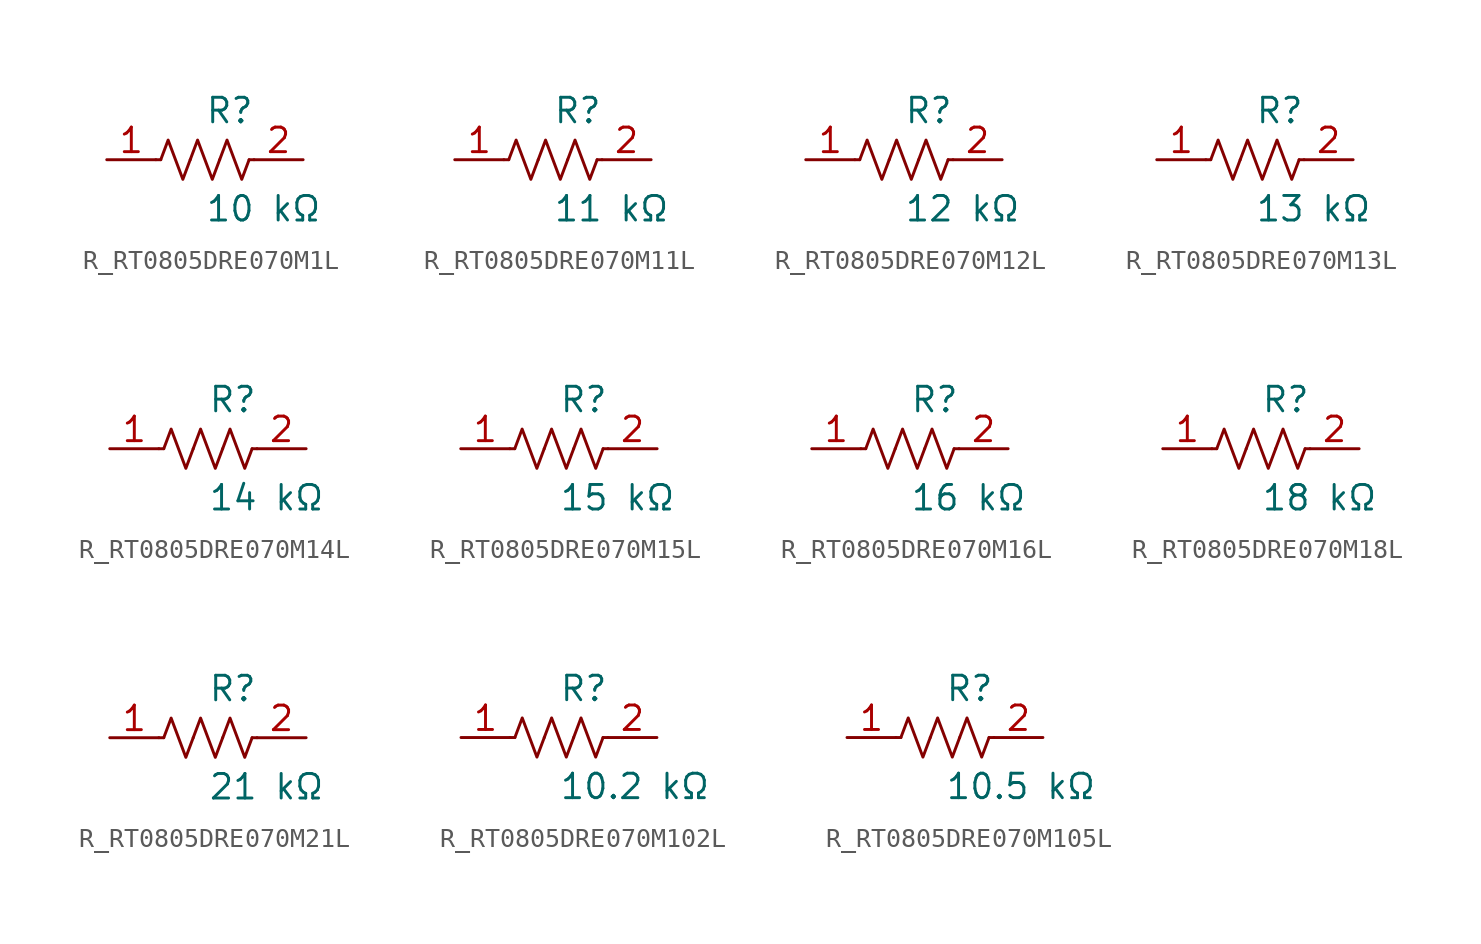
<source format=kicad_sym>
(kicad_symbol_lib
  (version 20231120)
  (generator kicad_symbol_editor)
  (generator_version 8.0)
  (symbol "R_RT0805DRE070M1L"
    (pin_names
      (offset 0.254))
    (property "Reference" "R"
      (at 0.0 2.54 0)
      (effects (font (size 1.27 1.27)) (justify left)))
    (property "Value" "10 kΩ"
      (at 0.0 -2.54 0)
      (effects (font (size 1.27 1.27)) (justify left)))
    (symbol "R_RT0805DRE070M1L_0_1"
      (polyline (pts (xy 2.286 0) (xy 2.54 0)) (stroke (width 0) (type default)) (fill (type none)))
      (polyline (pts (xy -2.286 0) (xy -2.54 0)) (stroke (width 0) (type default)) (fill (type none)))
      (polyline (pts (xy 0.762 0) (xy 1.143 1.016) (xy 1.524 0) (xy 1.905 -1.016) (xy 2.286 0)) (stroke (width 0) (type default)) (fill (type none)))
      (polyline (pts (xy -0.762 0) (xy -0.381 1.016) (xy 0 0) (xy 0.381 -1.016) (xy 0.762 0)) (stroke (width 0) (type default)) (fill (type none)))
      (polyline (pts (xy -2.286 0) (xy -1.905 1.016) (xy -1.524 0) (xy -1.143 -1.016) (xy -0.762 0)) (stroke (width 0) (type default)) (fill (type none))))
    (pin unspecified line
      (at -5.08 0 0)
      (length 2.54)
      (name "" (effects (font (size 1.27 1.27))))
      (number "1" (effects (font (size 1.27 1.27)))))
    (pin unspecified line
      (at 5.08 0 180)
      (length 2.54)
      (name "" (effects (font (size 1.27 1.27))))
      (number "2" (effects (font (size 1.27 1.27))))))
  (symbol "R_RT0805DRE070M11L"
    (pin_names
      (offset 0.254))
    (property "Reference" "R"
      (at 0.0 2.54 0)
      (effects (font (size 1.27 1.27)) (justify left)))
    (property "Value" "11 kΩ"
      (at 0.0 -2.54 0)
      (effects (font (size 1.27 1.27)) (justify left)))
    (symbol "R_RT0805DRE070M11L_0_1"
      (polyline (pts (xy 2.286 0) (xy 2.54 0)) (stroke (width 0) (type default)) (fill (type none)))
      (polyline (pts (xy -2.286 0) (xy -2.54 0)) (stroke (width 0) (type default)) (fill (type none)))
      (polyline (pts (xy 0.762 0) (xy 1.143 1.016) (xy 1.524 0) (xy 1.905 -1.016) (xy 2.286 0)) (stroke (width 0) (type default)) (fill (type none)))
      (polyline (pts (xy -0.762 0) (xy -0.381 1.016) (xy 0 0) (xy 0.381 -1.016) (xy 0.762 0)) (stroke (width 0) (type default)) (fill (type none)))
      (polyline (pts (xy -2.286 0) (xy -1.905 1.016) (xy -1.524 0) (xy -1.143 -1.016) (xy -0.762 0)) (stroke (width 0) (type default)) (fill (type none))))
    (pin unspecified line
      (at -5.08 0 0)
      (length 2.54)
      (name "" (effects (font (size 1.27 1.27))))
      (number "1" (effects (font (size 1.27 1.27)))))
    (pin unspecified line
      (at 5.08 0 180)
      (length 2.54)
      (name "" (effects (font (size 1.27 1.27))))
      (number "2" (effects (font (size 1.27 1.27))))))
  (symbol "R_RT0805DRE070M12L"
    (pin_names
      (offset 0.254))
    (property "Reference" "R"
      (at 0.0 2.54 0)
      (effects (font (size 1.27 1.27)) (justify left)))
    (property "Value" "12 kΩ"
      (at 0.0 -2.54 0)
      (effects (font (size 1.27 1.27)) (justify left)))
    (symbol "R_RT0805DRE070M12L_0_1"
      (polyline (pts (xy 2.286 0) (xy 2.54 0)) (stroke (width 0) (type default)) (fill (type none)))
      (polyline (pts (xy -2.286 0) (xy -2.54 0)) (stroke (width 0) (type default)) (fill (type none)))
      (polyline (pts (xy 0.762 0) (xy 1.143 1.016) (xy 1.524 0) (xy 1.905 -1.016) (xy 2.286 0)) (stroke (width 0) (type default)) (fill (type none)))
      (polyline (pts (xy -0.762 0) (xy -0.381 1.016) (xy 0 0) (xy 0.381 -1.016) (xy 0.762 0)) (stroke (width 0) (type default)) (fill (type none)))
      (polyline (pts (xy -2.286 0) (xy -1.905 1.016) (xy -1.524 0) (xy -1.143 -1.016) (xy -0.762 0)) (stroke (width 0) (type default)) (fill (type none))))
    (pin unspecified line
      (at -5.08 0 0)
      (length 2.54)
      (name "" (effects (font (size 1.27 1.27))))
      (number "1" (effects (font (size 1.27 1.27)))))
    (pin unspecified line
      (at 5.08 0 180)
      (length 2.54)
      (name "" (effects (font (size 1.27 1.27))))
      (number "2" (effects (font (size 1.27 1.27))))))
  (symbol "R_RT0805DRE070M13L"
    (pin_names
      (offset 0.254))
    (property "Reference" "R"
      (at 0.0 2.54 0)
      (effects (font (size 1.27 1.27)) (justify left)))
    (property "Value" "13 kΩ"
      (at 0.0 -2.54 0)
      (effects (font (size 1.27 1.27)) (justify left)))
    (symbol "R_RT0805DRE070M13L_0_1"
      (polyline (pts (xy 2.286 0) (xy 2.54 0)) (stroke (width 0) (type default)) (fill (type none)))
      (polyline (pts (xy -2.286 0) (xy -2.54 0)) (stroke (width 0) (type default)) (fill (type none)))
      (polyline (pts (xy 0.762 0) (xy 1.143 1.016) (xy 1.524 0) (xy 1.905 -1.016) (xy 2.286 0)) (stroke (width 0) (type default)) (fill (type none)))
      (polyline (pts (xy -0.762 0) (xy -0.381 1.016) (xy 0 0) (xy 0.381 -1.016) (xy 0.762 0)) (stroke (width 0) (type default)) (fill (type none)))
      (polyline (pts (xy -2.286 0) (xy -1.905 1.016) (xy -1.524 0) (xy -1.143 -1.016) (xy -0.762 0)) (stroke (width 0) (type default)) (fill (type none))))
    (pin unspecified line
      (at -5.08 0 0)
      (length 2.54)
      (name "" (effects (font (size 1.27 1.27))))
      (number "1" (effects (font (size 1.27 1.27)))))
    (pin unspecified line
      (at 5.08 0 180)
      (length 2.54)
      (name "" (effects (font (size 1.27 1.27))))
      (number "2" (effects (font (size 1.27 1.27))))))
  (symbol "R_RT0805DRE070M14L"
    (pin_names
      (offset 0.254))
    (property "Reference" "R"
      (at 0.0 2.54 0)
      (effects (font (size 1.27 1.27)) (justify left)))
    (property "Value" "14 kΩ"
      (at 0.0 -2.54 0)
      (effects (font (size 1.27 1.27)) (justify left)))
    (symbol "R_RT0805DRE070M14L_0_1"
      (polyline (pts (xy 2.286 0) (xy 2.54 0)) (stroke (width 0) (type default)) (fill (type none)))
      (polyline (pts (xy -2.286 0) (xy -2.54 0)) (stroke (width 0) (type default)) (fill (type none)))
      (polyline (pts (xy 0.762 0) (xy 1.143 1.016) (xy 1.524 0) (xy 1.905 -1.016) (xy 2.286 0)) (stroke (width 0) (type default)) (fill (type none)))
      (polyline (pts (xy -0.762 0) (xy -0.381 1.016) (xy 0 0) (xy 0.381 -1.016) (xy 0.762 0)) (stroke (width 0) (type default)) (fill (type none)))
      (polyline (pts (xy -2.286 0) (xy -1.905 1.016) (xy -1.524 0) (xy -1.143 -1.016) (xy -0.762 0)) (stroke (width 0) (type default)) (fill (type none))))
    (pin unspecified line
      (at -5.08 0 0)
      (length 2.54)
      (name "" (effects (font (size 1.27 1.27))))
      (number "1" (effects (font (size 1.27 1.27)))))
    (pin unspecified line
      (at 5.08 0 180)
      (length 2.54)
      (name "" (effects (font (size 1.27 1.27))))
      (number "2" (effects (font (size 1.27 1.27))))))
  (symbol "R_RT0805DRE070M15L"
    (pin_names
      (offset 0.254))
    (property "Reference" "R"
      (at 0.0 2.54 0)
      (effects (font (size 1.27 1.27)) (justify left)))
    (property "Value" "15 kΩ"
      (at 0.0 -2.54 0)
      (effects (font (size 1.27 1.27)) (justify left)))
    (symbol "R_RT0805DRE070M15L_0_1"
      (polyline (pts (xy 2.286 0) (xy 2.54 0)) (stroke (width 0) (type default)) (fill (type none)))
      (polyline (pts (xy -2.286 0) (xy -2.54 0)) (stroke (width 0) (type default)) (fill (type none)))
      (polyline (pts (xy 0.762 0) (xy 1.143 1.016) (xy 1.524 0) (xy 1.905 -1.016) (xy 2.286 0)) (stroke (width 0) (type default)) (fill (type none)))
      (polyline (pts (xy -0.762 0) (xy -0.381 1.016) (xy 0 0) (xy 0.381 -1.016) (xy 0.762 0)) (stroke (width 0) (type default)) (fill (type none)))
      (polyline (pts (xy -2.286 0) (xy -1.905 1.016) (xy -1.524 0) (xy -1.143 -1.016) (xy -0.762 0)) (stroke (width 0) (type default)) (fill (type none))))
    (pin unspecified line
      (at -5.08 0 0)
      (length 2.54)
      (name "" (effects (font (size 1.27 1.27))))
      (number "1" (effects (font (size 1.27 1.27)))))
    (pin unspecified line
      (at 5.08 0 180)
      (length 2.54)
      (name "" (effects (font (size 1.27 1.27))))
      (number "2" (effects (font (size 1.27 1.27))))))
  (symbol "R_RT0805DRE070M16L"
    (pin_names
      (offset 0.254))
    (property "Reference" "R"
      (at 0.0 2.54 0)
      (effects (font (size 1.27 1.27)) (justify left)))
    (property "Value" "16 kΩ"
      (at 0.0 -2.54 0)
      (effects (font (size 1.27 1.27)) (justify left)))
    (symbol "R_RT0805DRE070M16L_0_1"
      (polyline (pts (xy 2.286 0) (xy 2.54 0)) (stroke (width 0) (type default)) (fill (type none)))
      (polyline (pts (xy -2.286 0) (xy -2.54 0)) (stroke (width 0) (type default)) (fill (type none)))
      (polyline (pts (xy 0.762 0) (xy 1.143 1.016) (xy 1.524 0) (xy 1.905 -1.016) (xy 2.286 0)) (stroke (width 0) (type default)) (fill (type none)))
      (polyline (pts (xy -0.762 0) (xy -0.381 1.016) (xy 0 0) (xy 0.381 -1.016) (xy 0.762 0)) (stroke (width 0) (type default)) (fill (type none)))
      (polyline (pts (xy -2.286 0) (xy -1.905 1.016) (xy -1.524 0) (xy -1.143 -1.016) (xy -0.762 0)) (stroke (width 0) (type default)) (fill (type none))))
    (pin unspecified line
      (at -5.08 0 0)
      (length 2.54)
      (name "" (effects (font (size 1.27 1.27))))
      (number "1" (effects (font (size 1.27 1.27)))))
    (pin unspecified line
      (at 5.08 0 180)
      (length 2.54)
      (name "" (effects (font (size 1.27 1.27))))
      (number "2" (effects (font (size 1.27 1.27))))))
  (symbol "R_RT0805DRE070M18L"
    (pin_names
      (offset 0.254))
    (property "Reference" "R"
      (at 0.0 2.54 0)
      (effects (font (size 1.27 1.27)) (justify left)))
    (property "Value" "18 kΩ"
      (at 0.0 -2.54 0)
      (effects (font (size 1.27 1.27)) (justify left)))
    (symbol "R_RT0805DRE070M18L_0_1"
      (polyline (pts (xy 2.286 0) (xy 2.54 0)) (stroke (width 0) (type default)) (fill (type none)))
      (polyline (pts (xy -2.286 0) (xy -2.54 0)) (stroke (width 0) (type default)) (fill (type none)))
      (polyline (pts (xy 0.762 0) (xy 1.143 1.016) (xy 1.524 0) (xy 1.905 -1.016) (xy 2.286 0)) (stroke (width 0) (type default)) (fill (type none)))
      (polyline (pts (xy -0.762 0) (xy -0.381 1.016) (xy 0 0) (xy 0.381 -1.016) (xy 0.762 0)) (stroke (width 0) (type default)) (fill (type none)))
      (polyline (pts (xy -2.286 0) (xy -1.905 1.016) (xy -1.524 0) (xy -1.143 -1.016) (xy -0.762 0)) (stroke (width 0) (type default)) (fill (type none))))
    (pin unspecified line
      (at -5.08 0 0)
      (length 2.54)
      (name "" (effects (font (size 1.27 1.27))))
      (number "1" (effects (font (size 1.27 1.27)))))
    (pin unspecified line
      (at 5.08 0 180)
      (length 2.54)
      (name "" (effects (font (size 1.27 1.27))))
      (number "2" (effects (font (size 1.27 1.27))))))
  (symbol "R_RT0805DRE070M21L"
    (pin_names
      (offset 0.254))
    (property "Reference" "R"
      (at 0.0 2.54 0)
      (effects (font (size 1.27 1.27)) (justify left)))
    (property "Value" "21 kΩ"
      (at 0.0 -2.54 0)
      (effects (font (size 1.27 1.27)) (justify left)))
    (symbol "R_RT0805DRE070M21L_0_1"
      (polyline (pts (xy 2.286 0) (xy 2.54 0)) (stroke (width 0) (type default)) (fill (type none)))
      (polyline (pts (xy -2.286 0) (xy -2.54 0)) (stroke (width 0) (type default)) (fill (type none)))
      (polyline (pts (xy 0.762 0) (xy 1.143 1.016) (xy 1.524 0) (xy 1.905 -1.016) (xy 2.286 0)) (stroke (width 0) (type default)) (fill (type none)))
      (polyline (pts (xy -0.762 0) (xy -0.381 1.016) (xy 0 0) (xy 0.381 -1.016) (xy 0.762 0)) (stroke (width 0) (type default)) (fill (type none)))
      (polyline (pts (xy -2.286 0) (xy -1.905 1.016) (xy -1.524 0) (xy -1.143 -1.016) (xy -0.762 0)) (stroke (width 0) (type default)) (fill (type none))))
    (pin unspecified line
      (at -5.08 0 0)
      (length 2.54)
      (name "" (effects (font (size 1.27 1.27))))
      (number "1" (effects (font (size 1.27 1.27)))))
    (pin unspecified line
      (at 5.08 0 180)
      (length 2.54)
      (name "" (effects (font (size 1.27 1.27))))
      (number "2" (effects (font (size 1.27 1.27))))))
  (symbol "R_RT0805DRE070M102L"
    (pin_names
      (offset 0.254))
    (property "Reference" "R"
      (at 0.0 2.54 0)
      (effects (font (size 1.27 1.27)) (justify left)))
    (property "Value" "10.2 kΩ"
      (at 0.0 -2.54 0)
      (effects (font (size 1.27 1.27)) (justify left)))
    (symbol "R_RT0805DRE070M102L_0_1"
      (polyline (pts (xy 2.286 0) (xy 2.54 0)) (stroke (width 0) (type default)) (fill (type none)))
      (polyline (pts (xy -2.286 0) (xy -2.54 0)) (stroke (width 0) (type default)) (fill (type none)))
      (polyline (pts (xy 0.762 0) (xy 1.143 1.016) (xy 1.524 0) (xy 1.905 -1.016) (xy 2.286 0)) (stroke (width 0) (type default)) (fill (type none)))
      (polyline (pts (xy -0.762 0) (xy -0.381 1.016) (xy 0 0) (xy 0.381 -1.016) (xy 0.762 0)) (stroke (width 0) (type default)) (fill (type none)))
      (polyline (pts (xy -2.286 0) (xy -1.905 1.016) (xy -1.524 0) (xy -1.143 -1.016) (xy -0.762 0)) (stroke (width 0) (type default)) (fill (type none))))
    (pin unspecified line
      (at -5.08 0 0)
      (length 2.54)
      (name "" (effects (font (size 1.27 1.27))))
      (number "1" (effects (font (size 1.27 1.27)))))
    (pin unspecified line
      (at 5.08 0 180)
      (length 2.54)
      (name "" (effects (font (size 1.27 1.27))))
      (number "2" (effects (font (size 1.27 1.27))))))
  (symbol "R_RT0805DRE070M105L"
    (pin_names
      (offset 0.254))
    (property "Reference" "R"
      (at 0.0 2.54 0)
      (effects (font (size 1.27 1.27)) (justify left)))
    (property "Value" "10.5 kΩ"
      (at 0.0 -2.54 0)
      (effects (font (size 1.27 1.27)) (justify left)))
    (symbol "R_RT0805DRE070M105L_0_1"
      (polyline (pts (xy 2.286 0) (xy 2.54 0)) (stroke (width 0) (type default)) (fill (type none)))
      (polyline (pts (xy -2.286 0) (xy -2.54 0)) (stroke (width 0) (type default)) (fill (type none)))
      (polyline (pts (xy 0.762 0) (xy 1.143 1.016) (xy 1.524 0) (xy 1.905 -1.016) (xy 2.286 0)) (stroke (width 0) (type default)) (fill (type none)))
      (polyline (pts (xy -0.762 0) (xy -0.381 1.016) (xy 0 0) (xy 0.381 -1.016) (xy 0.762 0)) (stroke (width 0) (type default)) (fill (type none)))
      (polyline (pts (xy -2.286 0) (xy -1.905 1.016) (xy -1.524 0) (xy -1.143 -1.016) (xy -0.762 0)) (stroke (width 0) (type default)) (fill (type none))))
    (pin unspecified line
      (at -5.08 0 0)
      (length 2.54)
      (name "" (effects (font (size 1.27 1.27))))
      (number "1" (effects (font (size 1.27 1.27)))))
    (pin unspecified line
      (at 5.08 0 180)
      (length 2.54)
      (name "" (effects (font (size 1.27 1.27))))
      (number "2" (effects (font (size 1.27 1.27)))))))
</source>
